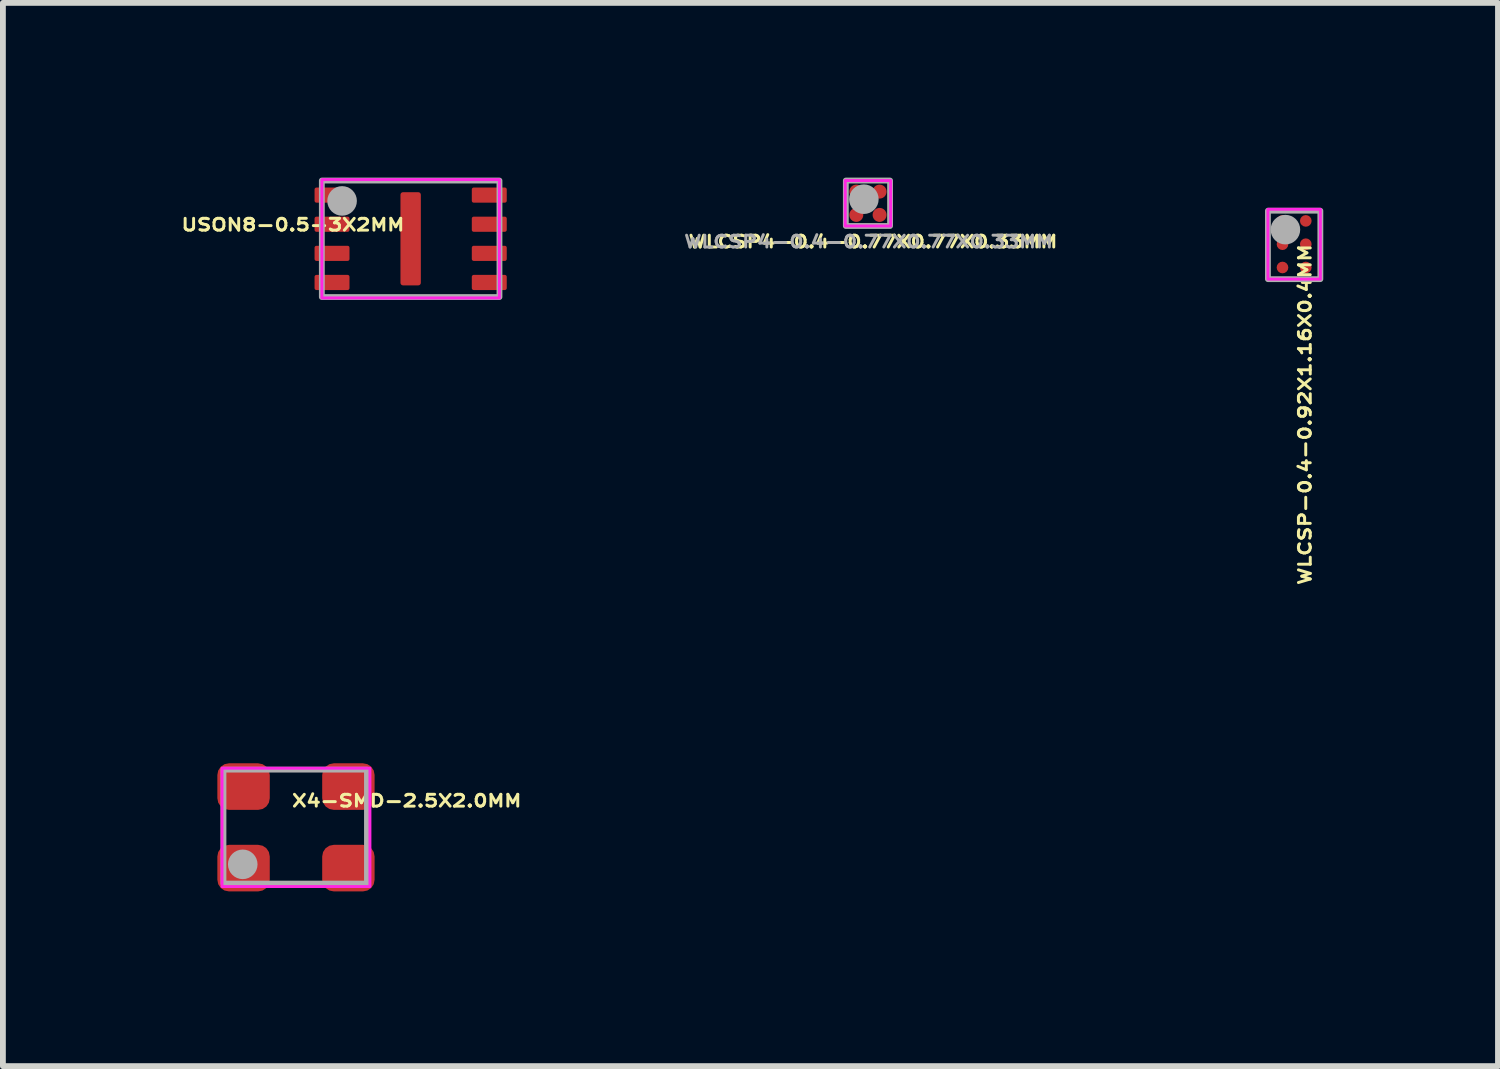
<source format=kicad_pcb>
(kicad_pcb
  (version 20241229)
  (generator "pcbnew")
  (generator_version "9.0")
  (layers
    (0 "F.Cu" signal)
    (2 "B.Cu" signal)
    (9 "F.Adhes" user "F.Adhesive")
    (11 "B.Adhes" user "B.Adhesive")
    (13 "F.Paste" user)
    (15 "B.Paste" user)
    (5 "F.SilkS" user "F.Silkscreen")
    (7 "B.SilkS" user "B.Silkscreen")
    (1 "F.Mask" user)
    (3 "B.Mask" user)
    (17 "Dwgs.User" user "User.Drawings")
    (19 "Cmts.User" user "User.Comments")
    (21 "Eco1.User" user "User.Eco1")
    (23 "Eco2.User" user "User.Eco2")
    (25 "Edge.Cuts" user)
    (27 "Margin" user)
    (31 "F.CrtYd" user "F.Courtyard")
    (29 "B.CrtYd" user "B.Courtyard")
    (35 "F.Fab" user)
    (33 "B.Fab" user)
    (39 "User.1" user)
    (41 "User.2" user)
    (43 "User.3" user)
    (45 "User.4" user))
  (footprint "USON8-0.5-3X2MM"
    (layer "F.Cu")
    (at 4.001 1.05)
    (property "Reference" "USON8-0.5-3X2MM" (at -0.077 -0.24 0) (layer "F.SilkS") (effects (font (size 0.203 0.254) (thickness 0.127)) (justify right)))
    (fp_poly (pts (xy 1.524 1.016) (xy -1.524 1.016) (xy -1.524 -1.016) (xy 1.524 -1.016)) (stroke (width 0.05) (type default)) (fill no) (layer "F.CrtYd"))
    (fp_circle (center -1.177 -0.65) (end -1.05 -0.65) (stroke (width 0.254) (type default)) (fill no) (layer "F.Fab"))
    (fp_poly (pts (xy -1.525 -1) (xy 1.525 -1) (xy 1.525 1) (xy -1.525 1)) (stroke (width 0.1) (type default)) (fill no) (layer "F.Fab"))
    (fp_line (start -1.524 -1) (end 1.5 -1) (stroke (width 0.1) (type solid)) (layer "User.3"))
    (fp_line (start 1.5 1) (end -1.5 1) (stroke (width 0.1) (type solid)) (layer "User.3"))
    (pad "1" smd roundrect (at -1.35 -0.75) (size 0.6 0.26) (layers "F.Cu" "F.Mask" "F.Paste") (roundrect_rratio 0.125))
    (pad "2" smd roundrect (at -1.35 -0.25) (size 0.6 0.26) (layers "F.Cu" "F.Mask" "F.Paste") (roundrect_rratio 0.125))
    (pad "3" smd roundrect (at -1.35 0.25) (size 0.6 0.26) (layers "F.Cu" "F.Mask" "F.Paste") (roundrect_rratio 0.125))
    (pad "4" smd roundrect (at -1.35 0.75) (size 0.6 0.26) (layers "F.Cu" "F.Mask" "F.Paste") (roundrect_rratio 0.125))
    (pad "5" smd roundrect (at 1.35 0.75) (size 0.6 0.26) (layers "F.Cu" "F.Mask" "F.Paste") (roundrect_rratio 0.125))
    (pad "6" smd roundrect (at 1.35 0.25) (size 0.6 0.26) (layers "F.Cu" "F.Mask" "F.Paste") (roundrect_rratio 0.125))
    (pad "7" smd roundrect (at 1.35 -0.25) (size 0.6 0.26) (layers "F.Cu" "F.Mask" "F.Paste") (roundrect_rratio 0.125))
    (pad "8" smd roundrect (at 1.35 -0.75) (size 0.6 0.26) (layers "F.Cu" "F.Mask" "F.Paste") (roundrect_rratio 0.125))
    (pad "9" smd roundrect (at 0 0 90) (size 1.6 0.35) (layers "F.Cu" "F.Mask" "F.Paste") (roundrect_rratio 0.125)))
  (footprint "X4-SMD-2.5X2.0MM"
    (layer "F.Cu")
    (at 2.032 11.156)
    (property "Reference" "X4-SMD-2.5X2.0MM" (at -0.096 -0.337 0) (layer "F.SilkS") (effects (font (size 0.203 0.254) (thickness 0.127)) (justify left bottom)))
    (fp_rect (start -1.27 -1.016) (end 1.27 1.016) (stroke (width 0.05) (type default)) (fill no) (layer "F.CrtYd"))
    (fp_rect (start -1.245 -0.991) (end 1.219 0.965) (stroke (width 0.1) (type default)) (fill no) (layer "F.Fab"))
    (fp_circle (center -0.914 0.635) (end -0.787 0.635) (stroke (width 0.254) (type solid)) (fill no) (layer "F.Fab"))
    (fp_line (start -1.25 -0.191) (end -1.25 0.191) (stroke (width 0.127) (type solid)) (layer "User.3"))
    (fp_line (start -0.361 -1) (end 0.361 -1) (stroke (width 0.127) (type solid)) (layer "User.3"))
    (fp_line (start 0.361 1) (end -0.361 1) (stroke (width 0.127) (type solid)) (layer "User.3"))
    (fp_line (start 1.25 -0.191) (end 1.25 0.191) (stroke (width 0.127) (type solid)) (layer "User.3"))
    (fp_circle (center -1.778 0.762) (end -1.651 0.762) (stroke (width 0.254) (type solid)) (fill no) (layer "User.3"))
    (pad "1" smd roundrect (at -0.9 0.7) (size 0.9 0.8) (layers "F.Cu" "F.Mask" "F.Paste") (roundrect_rratio 0.25))
    (pad "2" smd roundrect (at 0.9 0.7) (size 0.9 0.8) (layers "F.Cu" "F.Mask" "F.Paste") (roundrect_rratio 0.25))
    (pad "3" smd roundrect (at 0.9 -0.7) (size 0.9 0.8) (layers "F.Cu" "F.Mask" "F.Paste") (roundrect_rratio 0.25))
    (pad "4" smd roundrect (at -0.9 -0.7) (size 0.9 0.8) (layers "F.Cu" "F.Mask" "F.Paste") (roundrect_rratio 0.25)))
  (footprint "WLCSP4-0.4-0.77X0.77X0.33MM"
    (layer "F.Cu")
    (at 11.853 0.44)
    (property "Reference" "WLCSP4-0.4-0.77X0.77X0.33MM" (at 0.088 0.66 0) (unlocked yes) (layer "F.SilkS") (effects (font (size 0.203 0.254) (thickness 0.127))))
    (attr smd)
    (fp_rect (start -0.39 -0.39) (end 0.39 0.39) (stroke (width 0.05) (type default)) (fill no) (layer "F.CrtYd"))
    (fp_rect (start -0.38 -0.39) (end 0.38 0.39) (stroke (width 0.1) (type default)) (fill no) (layer "F.Fab"))
    (fp_circle (center -0.07 -0.07) (end 0.057 -0.07) (stroke (width 0.254) (type default)) (fill no) (layer "F.Fab"))
    (fp_text user "${REFERENCE}" (at 0.012 0.66 0) (unlocked yes) (layer "F.Fab") (effects (font (size 0.203 0.254) (thickness 0.127))))
    (pad "A1" smd circle (at -0.2 -0.2) (size 0.24 0.24) (layers "F.Cu" "F.Mask" "F.Paste"))
    (pad "A2" smd circle (at 0.2 -0.2) (size 0.24 0.24) (layers "F.Cu" "F.Mask" "F.Paste"))
    (pad "B1" smd circle (at -0.2 0.2) (size 0.24 0.24) (layers "F.Cu" "F.Mask" "F.Paste"))
    (pad "B2" smd circle (at 0.2 0.2) (size 0.24 0.24) (layers "F.Cu" "F.Mask" "F.Paste")))
  (footprint "WLCSP-0.4-0.92X1.16X0.4MM"
    (layer "F.Cu")
    (at 19.171 1.143)
    (property "Reference" "WLCSP-0.4-0.92X1.16X0.4MM" (at 0.304 -0.03 270) (layer "F.SilkS") (effects (font (size 0.203 0.254) (thickness 0.127)) (justify right bottom)))
    (fp_rect (start -0.45 -0.6) (end 0.45 0.6) (stroke (width 0.05) (type default)) (fill no) (layer "F.CrtYd"))
    (fp_rect (start -0.45 -0.575) (end 0.45 0.6) (stroke (width 0.1) (type default)) (fill no) (layer "F.Fab"))
    (fp_circle (center -0.15 -0.25) (end -0.023 -0.25) (stroke (width 0.254) (type solid)) (fill no) (layer "F.Fab"))
    (fp_circle (center -0.762 -0.889) (end -0.635 -0.889) (stroke (width 0.254) (type solid)) (fill no) (layer "User.3"))
    (pad "A1" smd roundrect (at -0.2 -0.4) (size 0.2 0.2) (layers "F.Cu" "F.Mask" "F.Paste") (roundrect_rratio 0.5))
    (pad "A2" smd roundrect (at 0.2 -0.4) (size 0.2 0.2) (layers "F.Cu" "F.Mask" "F.Paste") (roundrect_rratio 0.5))
    (pad "B1" smd roundrect (at -0.2 0) (size 0.2 0.2) (layers "F.Cu" "F.Mask" "F.Paste") (roundrect_rratio 0.5))
    (pad "B2" smd roundrect (at 0.2 0) (size 0.2 0.2) (layers "F.Cu" "F.Mask" "F.Paste") (roundrect_rratio 0.5))
    (pad "C1" smd roundrect (at -0.2 0.4) (size 0.2 0.2) (layers "F.Cu" "F.Mask" "F.Paste") (roundrect_rratio 0.5))
    (pad "C2" smd roundrect (at 0.2 0.4) (size 0.2 0.2) (layers "F.Cu" "F.Mask" "F.Paste") (roundrect_rratio 0.5)))
  (gr_rect
    (start -3 -3)
    (end 22.671 15.256)
    (stroke (width 0.1) (type default))
    (fill no)
    (layer "Edge.Cuts")))
</source>
